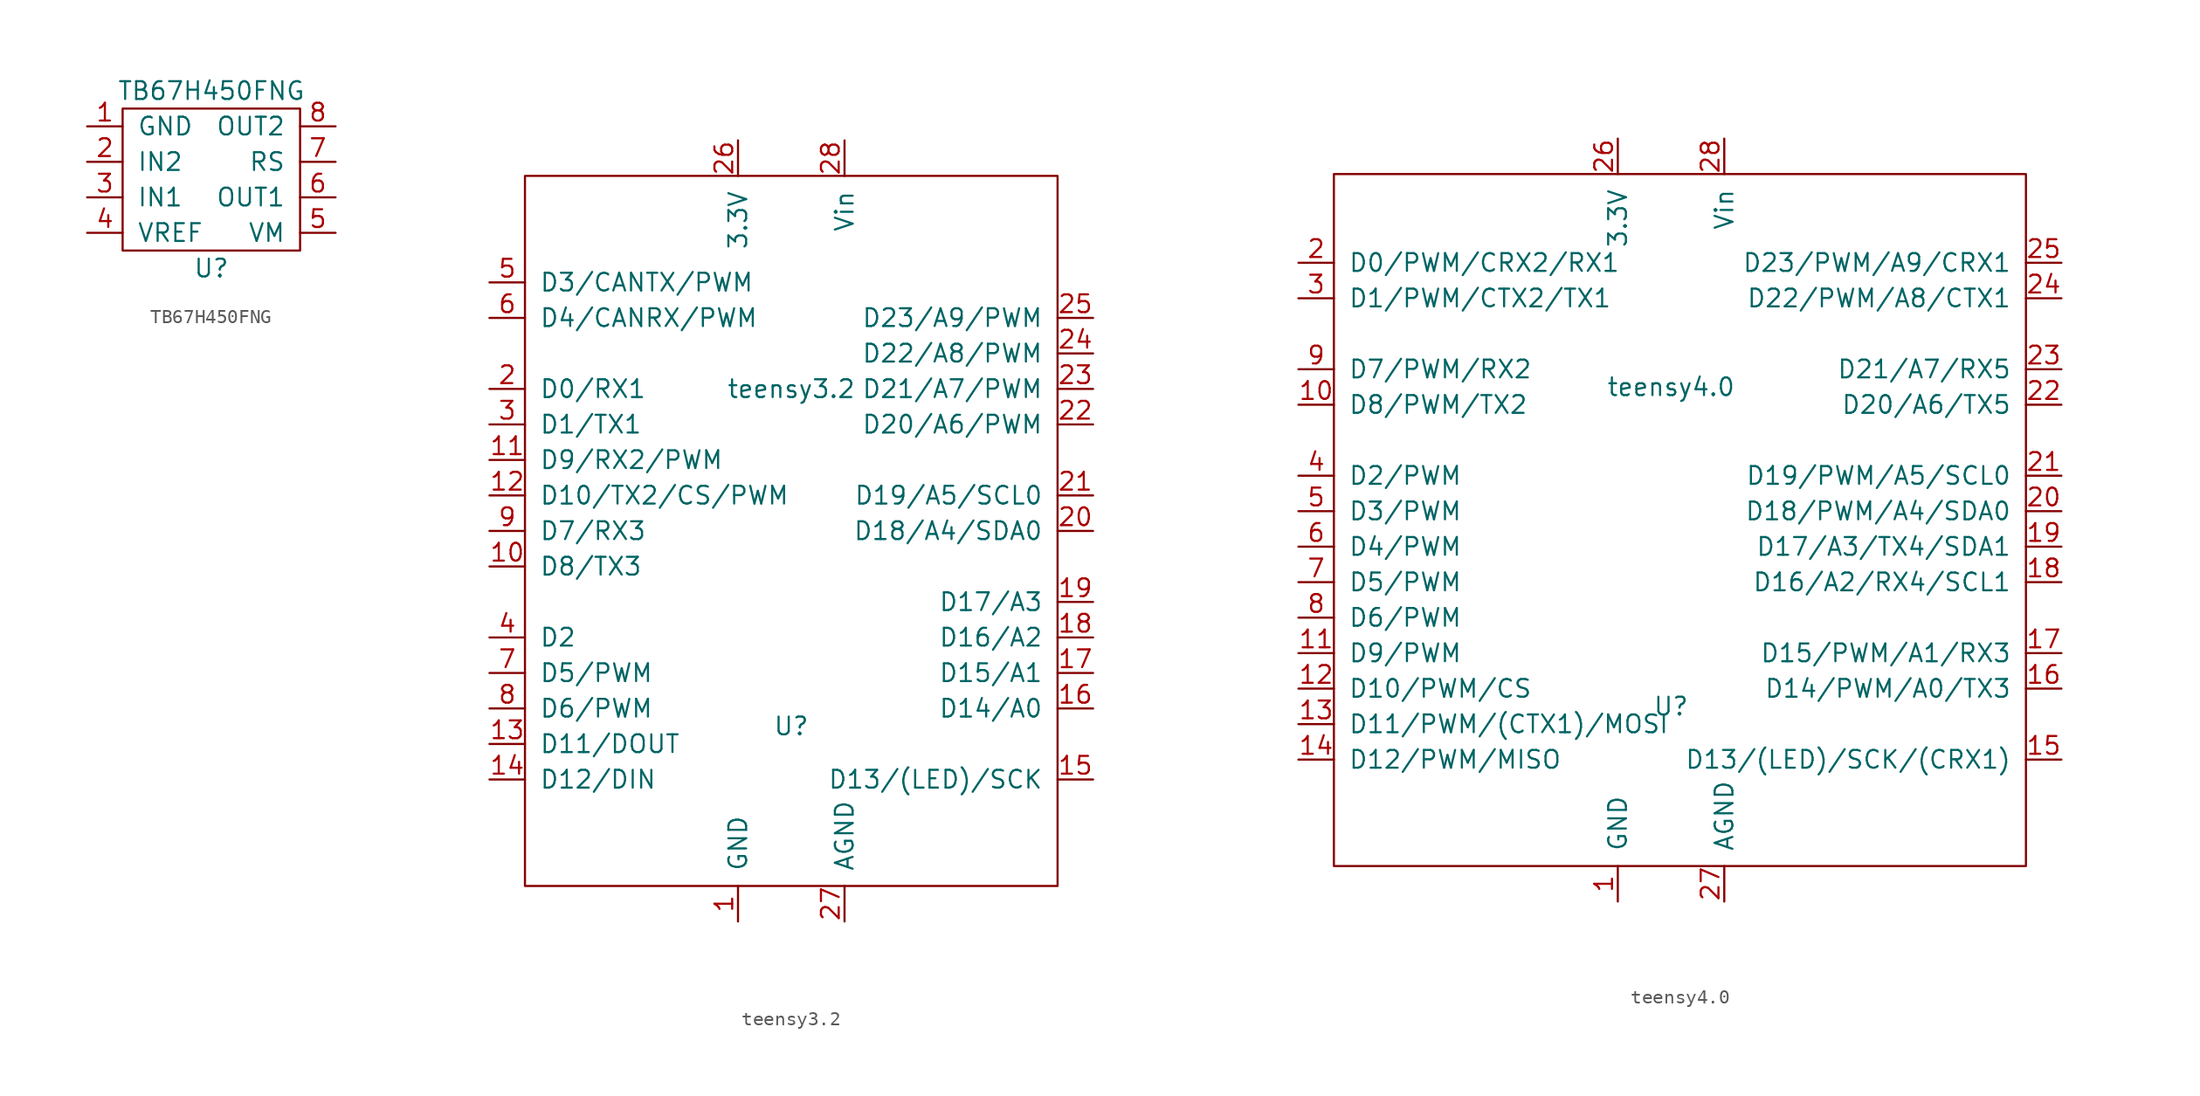
<source format=kicad_sym>
(kicad_symbol_lib
  (version 20211014)
  (generator kicad_symbol_editor)
  (symbol "TB67H450FNG"
    (pin_names
      (offset 1.016))
    (property "Reference" "U"
      (at 0 -6.35 0)
      (effects (font (size 1.27 1.27))))
    (property "Value" "TB67H450FNG"
      (at 0 6.35 0)
      (effects (font (size 1.27 1.27))))
    (symbol "TB67H450FNG_0_1"
      (rectangle (start -6.35 5.08) (end 6.35 -5.08) (stroke (width 0) (type default) (color 0 0 0 0)) (fill (type none))))
    (symbol "TB67H450FNG_1_1"
      (pin input line (at -8.89 3.81 0) (length 2.54) (name "GND" (effects (font (size 1.27 1.27)))) (number "1" (effects (font (size 1.27 1.27)))))
      (pin input line (at -8.89 1.27 0) (length 2.54) (name "IN2" (effects (font (size 1.27 1.27)))) (number "2" (effects (font (size 1.27 1.27)))))
      (pin input line (at -8.89 -1.27 0) (length 2.54) (name "IN1" (effects (font (size 1.27 1.27)))) (number "3" (effects (font (size 1.27 1.27)))))
      (pin input line (at -8.89 -3.81 0) (length 2.54) (name "VREF" (effects (font (size 1.27 1.27)))) (number "4" (effects (font (size 1.27 1.27)))))
      (pin input line (at 8.89 -3.81 180) (length 2.54) (name "VM" (effects (font (size 1.27 1.27)))) (number "5" (effects (font (size 1.27 1.27)))))
      (pin input line (at 8.89 -1.27 180) (length 2.54) (name "OUT1" (effects (font (size 1.27 1.27)))) (number "6" (effects (font (size 1.27 1.27)))))
      (pin input line (at 8.89 1.27 180) (length 2.54) (name "RS" (effects (font (size 1.27 1.27)))) (number "7" (effects (font (size 1.27 1.27)))))
      (pin input line (at 8.89 3.81 180) (length 2.54) (name "OUT2" (effects (font (size 1.27 1.27)))) (number "8" (effects (font (size 1.27 1.27)))))))
  (symbol "teensy3.2"
    (pin_names
      (offset 1.016))
    (property "Reference" "U"
      (at 0 -13.97 0)
      (effects (font (size 1.27 1.27))))
    (property "Value" "teensy3.2"
      (at 0 10.16 0)
      (effects (font (size 1.27 1.27))))
    (symbol "teensy3.2_0_1"
      (rectangle (start -19.05 -25.4) (end 19.05 25.4) (stroke (width 0) (type default) (color 0 0 0 0)) (fill (type none))))
    (symbol "teensy3.2_1_1"
      (pin input line (at -3.81 -27.94 90) (length 2.54) (name "GND" (effects (font (size 1.27 1.27)))) (number "1" (effects (font (size 1.27 1.27)))))
      (pin input line (at -21.59 -2.54 0) (length 2.54) (name "D8/TX3" (effects (font (size 1.27 1.27)))) (number "10" (effects (font (size 1.27 1.27)))))
      (pin input line (at -21.59 5.08 0) (length 2.54) (name "D9/RX2/PWM" (effects (font (size 1.27 1.27)))) (number "11" (effects (font (size 1.27 1.27)))))
      (pin input line (at -21.59 2.54 0) (length 2.54) (name "D10/TX2/CS/PWM" (effects (font (size 1.27 1.27)))) (number "12" (effects (font (size 1.27 1.27)))))
      (pin input line (at -21.59 -15.24 0) (length 2.54) (name "D11/DOUT" (effects (font (size 1.27 1.27)))) (number "13" (effects (font (size 1.27 1.27)))))
      (pin input line (at -21.59 -17.78 0) (length 2.54) (name "D12/DIN" (effects (font (size 1.27 1.27)))) (number "14" (effects (font (size 1.27 1.27)))))
      (pin input line (at 21.59 -17.78 180) (length 2.54) (name "D13/(LED)/SCK" (effects (font (size 1.27 1.27)))) (number "15" (effects (font (size 1.27 1.27)))))
      (pin input line (at 21.59 -12.7 180) (length 2.54) (name "D14/A0" (effects (font (size 1.27 1.27)))) (number "16" (effects (font (size 1.27 1.27)))))
      (pin input line (at 21.59 -10.16 180) (length 2.54) (name "D15/A1" (effects (font (size 1.27 1.27)))) (number "17" (effects (font (size 1.27 1.27)))))
      (pin input line (at 21.59 -7.62 180) (length 2.54) (name "D16/A2" (effects (font (size 1.27 1.27)))) (number "18" (effects (font (size 1.27 1.27)))))
      (pin input line (at 21.59 -5.08 180) (length 2.54) (name "D17/A3" (effects (font (size 1.27 1.27)))) (number "19" (effects (font (size 1.27 1.27)))))
      (pin input line (at -21.59 10.16 0) (length 2.54) (name "D0/RX1" (effects (font (size 1.27 1.27)))) (number "2" (effects (font (size 1.27 1.27)))))
      (pin input line (at 21.59 0 180) (length 2.54) (name "D18/A4/SDA0" (effects (font (size 1.27 1.27)))) (number "20" (effects (font (size 1.27 1.27)))))
      (pin input line (at 21.59 2.54 180) (length 2.54) (name "D19/A5/SCL0" (effects (font (size 1.27 1.27)))) (number "21" (effects (font (size 1.27 1.27)))))
      (pin input line (at 21.59 7.62 180) (length 2.54) (name "D20/A6/PWM" (effects (font (size 1.27 1.27)))) (number "22" (effects (font (size 1.27 1.27)))))
      (pin input line (at 21.59 10.16 180) (length 2.54) (name "D21/A7/PWM" (effects (font (size 1.27 1.27)))) (number "23" (effects (font (size 1.27 1.27)))))
      (pin input line (at 21.59 12.7 180) (length 2.54) (name "D22/A8/PWM" (effects (font (size 1.27 1.27)))) (number "24" (effects (font (size 1.27 1.27)))))
      (pin input line (at 21.59 15.24 180) (length 2.54) (name "D23/A9/PWM" (effects (font (size 1.27 1.27)))) (number "25" (effects (font (size 1.27 1.27)))))
      (pin input line (at -3.81 27.94 270) (length 2.54) (name "3.3V" (effects (font (size 1.27 1.27)))) (number "26" (effects (font (size 1.27 1.27)))))
      (pin input line (at 3.81 -27.94 90) (length 2.54) (name "AGND" (effects (font (size 1.27 1.27)))) (number "27" (effects (font (size 1.27 1.27)))))
      (pin input line (at 3.81 27.94 270) (length 2.54) (name "Vin" (effects (font (size 1.27 1.27)))) (number "28" (effects (font (size 1.27 1.27)))))
      (pin input line (at -21.59 7.62 0) (length 2.54) (name "D1/TX1" (effects (font (size 1.27 1.27)))) (number "3" (effects (font (size 1.27 1.27)))))
      (pin input line (at -21.59 -7.62 0) (length 2.54) (name "D2" (effects (font (size 1.27 1.27)))) (number "4" (effects (font (size 1.27 1.27)))))
      (pin input line (at -21.59 17.78 0) (length 2.54) (name "D3/CANTX/PWM" (effects (font (size 1.27 1.27)))) (number "5" (effects (font (size 1.27 1.27)))))
      (pin input line (at -21.59 15.24 0) (length 2.54) (name "D4/CANRX/PWM" (effects (font (size 1.27 1.27)))) (number "6" (effects (font (size 1.27 1.27)))))
      (pin input line (at -21.59 -10.16 0) (length 2.54) (name "D5/PWM" (effects (font (size 1.27 1.27)))) (number "7" (effects (font (size 1.27 1.27)))))
      (pin input line (at -21.59 -12.7 0) (length 2.54) (name "D6/PWM" (effects (font (size 1.27 1.27)))) (number "8" (effects (font (size 1.27 1.27)))))
      (pin input line (at -21.59 0 0) (length 2.54) (name "D7/RX3" (effects (font (size 1.27 1.27)))) (number "9" (effects (font (size 1.27 1.27)))))))
  (symbol "teensy4.0"
    (pin_names
      (offset 1.016))
    (property "Reference" "U"
      (at 0 -12.7 0)
      (effects (font (size 1.27 1.27))))
    (property "Value" "teensy4.0"
      (at 0 10.16 0)
      (effects (font (size 1.27 1.27))))
    (symbol "teensy4.0_0_1"
      (rectangle (start -24.13 -24.13) (end 25.4 25.4) (stroke (width 0) (type default) (color 0 0 0 0)) (fill (type none))))
    (symbol "teensy4.0_1_1"
      (pin input line (at -3.81 -26.67 90) (length 2.54) (name "GND" (effects (font (size 1.27 1.27)))) (number "1" (effects (font (size 1.27 1.27)))))
      (pin input line (at -26.67 8.89 0) (length 2.54) (name "D8/PWM/TX2" (effects (font (size 1.27 1.27)))) (number "10" (effects (font (size 1.27 1.27)))))
      (pin input line (at -26.67 -8.89 0) (length 2.54) (name "D9/PWM" (effects (font (size 1.27 1.27)))) (number "11" (effects (font (size 1.27 1.27)))))
      (pin input line (at -26.67 -11.43 0) (length 2.54) (name "D10/PWM/CS" (effects (font (size 1.27 1.27)))) (number "12" (effects (font (size 1.27 1.27)))))
      (pin input line (at -26.67 -13.97 0) (length 2.54) (name "D11/PWM/(CTX1)/MOSI" (effects (font (size 1.27 1.27)))) (number "13" (effects (font (size 1.27 1.27)))))
      (pin input line (at -26.67 -16.51 0) (length 2.54) (name "D12/PWM/MISO" (effects (font (size 1.27 1.27)))) (number "14" (effects (font (size 1.27 1.27)))))
      (pin input line (at 27.94 -16.51 180) (length 2.54) (name "D13/(LED)/SCK/(CRX1)" (effects (font (size 1.27 1.27)))) (number "15" (effects (font (size 1.27 1.27)))))
      (pin input line (at 27.94 -11.43 180) (length 2.54) (name "D14/PWM/A0/TX3" (effects (font (size 1.27 1.27)))) (number "16" (effects (font (size 1.27 1.27)))))
      (pin input line (at 27.94 -8.89 180) (length 2.54) (name "D15/PWM/A1/RX3" (effects (font (size 1.27 1.27)))) (number "17" (effects (font (size 1.27 1.27)))))
      (pin input line (at 27.94 -3.81 180) (length 2.54) (name "D16/A2/RX4/SCL1" (effects (font (size 1.27 1.27)))) (number "18" (effects (font (size 1.27 1.27)))))
      (pin input line (at 27.94 -1.27 180) (length 2.54) (name "D17/A3/TX4/SDA1" (effects (font (size 1.27 1.27)))) (number "19" (effects (font (size 1.27 1.27)))))
      (pin input line (at -26.67 19.05 0) (length 2.54) (name "D0/PWM/CRX2/RX1" (effects (font (size 1.27 1.27)))) (number "2" (effects (font (size 1.27 1.27)))))
      (pin input line (at 27.94 1.27 180) (length 2.54) (name "D18/PWM/A4/SDA0" (effects (font (size 1.27 1.27)))) (number "20" (effects (font (size 1.27 1.27)))))
      (pin input line (at 27.94 3.81 180) (length 2.54) (name "D19/PWM/A5/SCL0" (effects (font (size 1.27 1.27)))) (number "21" (effects (font (size 1.27 1.27)))))
      (pin input line (at 27.94 8.89 180) (length 2.54) (name "D20/A6/TX5" (effects (font (size 1.27 1.27)))) (number "22" (effects (font (size 1.27 1.27)))))
      (pin input line (at 27.94 11.43 180) (length 2.54) (name "D21/A7/RX5" (effects (font (size 1.27 1.27)))) (number "23" (effects (font (size 1.27 1.27)))))
      (pin input line (at 27.94 16.51 180) (length 2.54) (name "D22/PWM/A8/CTX1" (effects (font (size 1.27 1.27)))) (number "24" (effects (font (size 1.27 1.27)))))
      (pin input line (at 27.94 19.05 180) (length 2.54) (name "D23/PWM/A9/CRX1" (effects (font (size 1.27 1.27)))) (number "25" (effects (font (size 1.27 1.27)))))
      (pin input line (at -3.81 27.94 270) (length 2.54) (name "3.3V" (effects (font (size 1.27 1.27)))) (number "26" (effects (font (size 1.27 1.27)))))
      (pin input line (at 3.81 -26.67 90) (length 2.54) (name "AGND" (effects (font (size 1.27 1.27)))) (number "27" (effects (font (size 1.27 1.27)))))
      (pin input line (at 3.81 27.94 270) (length 2.54) (name "Vin" (effects (font (size 1.27 1.27)))) (number "28" (effects (font (size 1.27 1.27)))))
      (pin input line (at -26.67 16.51 0) (length 2.54) (name "D1/PWM/CTX2/TX1" (effects (font (size 1.27 1.27)))) (number "3" (effects (font (size 1.27 1.27)))))
      (pin input line (at -26.67 3.81 0) (length 2.54) (name "D2/PWM" (effects (font (size 1.27 1.27)))) (number "4" (effects (font (size 1.27 1.27)))))
      (pin input line (at -26.67 1.27 0) (length 2.54) (name "D3/PWM" (effects (font (size 1.27 1.27)))) (number "5" (effects (font (size 1.27 1.27)))))
      (pin input line (at -26.67 -1.27 0) (length 2.54) (name "D4/PWM" (effects (font (size 1.27 1.27)))) (number "6" (effects (font (size 1.27 1.27)))))
      (pin input line (at -26.67 -3.81 0) (length 2.54) (name "D5/PWM" (effects (font (size 1.27 1.27)))) (number "7" (effects (font (size 1.27 1.27)))))
      (pin input line (at -26.67 -6.35 0) (length 2.54) (name "D6/PWM" (effects (font (size 1.27 1.27)))) (number "8" (effects (font (size 1.27 1.27)))))
      (pin input line (at -26.67 11.43 0) (length 2.54) (name "D7/PWM/RX2" (effects (font (size 1.27 1.27)))) (number "9" (effects (font (size 1.27 1.27))))))))
</source>
